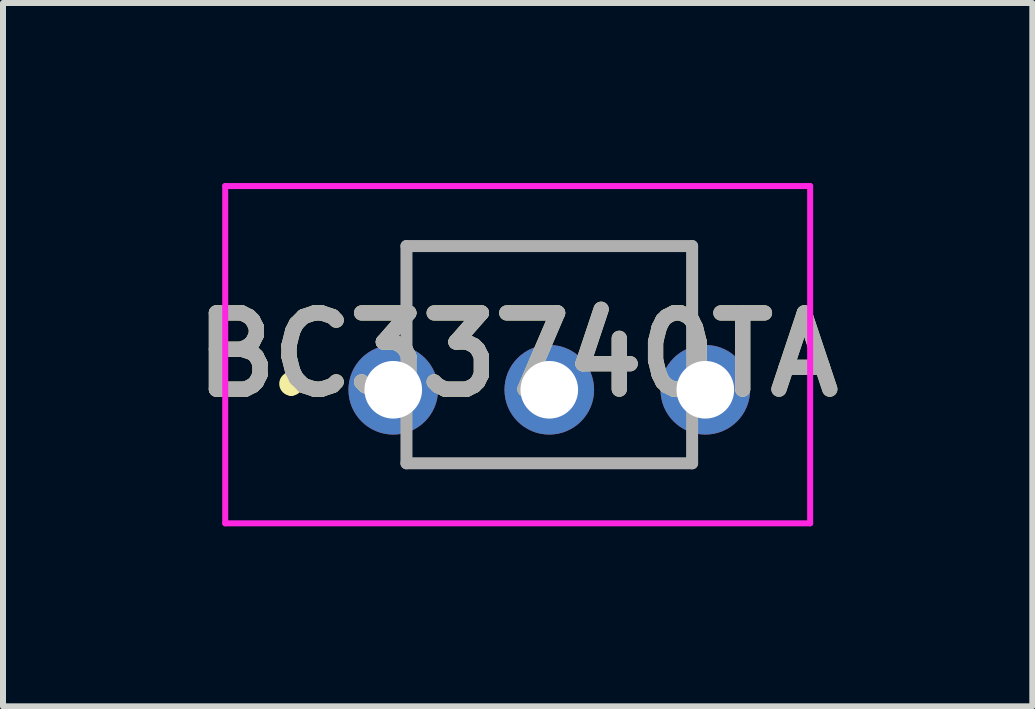
<source format=kicad_pcb>
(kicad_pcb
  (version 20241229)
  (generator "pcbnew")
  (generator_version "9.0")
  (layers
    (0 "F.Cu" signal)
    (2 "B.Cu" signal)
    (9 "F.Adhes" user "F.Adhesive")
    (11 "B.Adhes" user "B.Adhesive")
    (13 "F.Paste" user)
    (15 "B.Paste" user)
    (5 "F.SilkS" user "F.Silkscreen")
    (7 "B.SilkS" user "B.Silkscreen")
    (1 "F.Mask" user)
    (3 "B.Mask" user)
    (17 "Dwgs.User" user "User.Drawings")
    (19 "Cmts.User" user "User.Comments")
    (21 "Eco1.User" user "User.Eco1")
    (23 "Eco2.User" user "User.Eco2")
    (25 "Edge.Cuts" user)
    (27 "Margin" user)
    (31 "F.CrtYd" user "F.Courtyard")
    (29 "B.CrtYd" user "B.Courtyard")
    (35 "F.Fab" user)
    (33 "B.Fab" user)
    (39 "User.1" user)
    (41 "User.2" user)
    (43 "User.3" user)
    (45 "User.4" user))
  (footprint "BC33740TA"
    (layer "F.Cu")
    (at 5.203 2.86)
    (property "Reference" "BC33740TA" (at 0.373 0 0) (layer "F.SilkS") (effects (font (size 1.27 1.27) (thickness 0.254))))
    (attr through_hole)
    (fp_line (start -3.4 0.385) (end -3.4 0.385) (stroke (width 0.2) (type solid)) (layer "F.SilkS"))
    (fp_line (start -3.4 0.585) (end -3.4 0.585) (stroke (width 0.2) (type solid)) (layer "F.SilkS"))
    (fp_line (start -1.48 -1.81) (end 3.28 -1.81) (stroke (width 0.1) (type solid)) (layer "F.SilkS"))
    (fp_line (start -1.48 -0.915) (end -1.48 -1.81) (stroke (width 0.1) (type solid)) (layer "F.SilkS"))
    (fp_line (start -1.48 1.81) (end 3.28 1.81) (stroke (width 0.1) (type solid)) (layer "F.SilkS"))
    (fp_line (start 3.28 -1.81) (end 3.28 -0.915) (stroke (width 0.1) (type solid)) (layer "F.SilkS"))
    (fp_arc (start -3.4 0.385) (mid -3.3 0.485) (end -3.4 0.585) (stroke (width 0.2) (type solid)) (layer "F.SilkS"))
    (fp_arc (start -3.4 0.585) (mid -3.5 0.485) (end -3.4 0.385) (stroke (width 0.2) (type solid)) (layer "F.SilkS"))
    (fp_line (start -4.5 -2.81) (end 5.247 -2.81) (stroke (width 0.1) (type solid)) (layer "F.CrtYd"))
    (fp_line (start -4.5 2.81) (end -4.5 -2.81) (stroke (width 0.1) (type solid)) (layer "F.CrtYd"))
    (fp_line (start 5.247 -2.81) (end 5.247 2.81) (stroke (width 0.1) (type solid)) (layer "F.CrtYd"))
    (fp_line (start 5.247 2.81) (end -4.5 2.81) (stroke (width 0.1) (type solid)) (layer "F.CrtYd"))
    (fp_line (start -1.48 -1.81) (end 3.28 -1.81) (stroke (width 0.2) (type solid)) (layer "F.Fab"))
    (fp_line (start -1.48 1.81) (end -1.48 -1.81) (stroke (width 0.2) (type solid)) (layer "F.Fab"))
    (fp_line (start 3.28 -1.81) (end 3.28 1.81) (stroke (width 0.2) (type solid)) (layer "F.Fab"))
    (fp_line (start 3.28 1.81) (end -1.48 1.81) (stroke (width 0.2) (type solid)) (layer "F.Fab"))
    (fp_text user "${REFERENCE}" (at 0.373 0 0) (layer "F.Fab") (effects (font (size 1.27 1.27) (thickness 0.254))))
    (pad "1" thru_hole circle (at -1.7 0.585) (size 1.493 1.493) (drill 0.96) (layers "*.Cu" "*.Mask"))
    (pad "2" thru_hole circle (at 0.9 0.585) (size 1.493 1.493) (drill 0.96) (layers "*.Cu" "*.Mask"))
    (pad "3" thru_hole circle (at 3.5 0.585) (size 1.493 1.493) (drill 0.96) (layers "*.Cu" "*.Mask")))
  (gr_rect
    (start -3 -3)
    (end 14.152 8.72)
    (stroke (width 0.1) (type default))
    (fill no)
    (layer "Edge.Cuts")))
</source>
